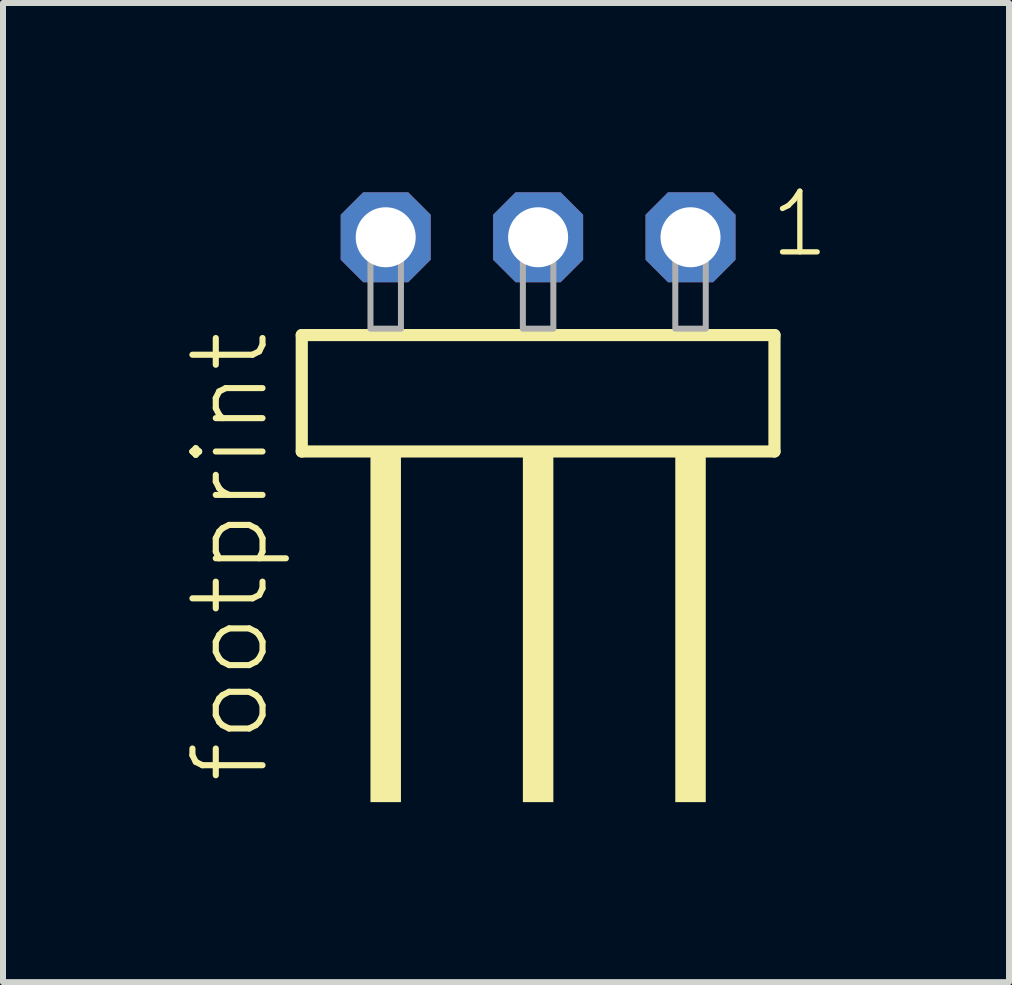
<source format=kicad_pcb>
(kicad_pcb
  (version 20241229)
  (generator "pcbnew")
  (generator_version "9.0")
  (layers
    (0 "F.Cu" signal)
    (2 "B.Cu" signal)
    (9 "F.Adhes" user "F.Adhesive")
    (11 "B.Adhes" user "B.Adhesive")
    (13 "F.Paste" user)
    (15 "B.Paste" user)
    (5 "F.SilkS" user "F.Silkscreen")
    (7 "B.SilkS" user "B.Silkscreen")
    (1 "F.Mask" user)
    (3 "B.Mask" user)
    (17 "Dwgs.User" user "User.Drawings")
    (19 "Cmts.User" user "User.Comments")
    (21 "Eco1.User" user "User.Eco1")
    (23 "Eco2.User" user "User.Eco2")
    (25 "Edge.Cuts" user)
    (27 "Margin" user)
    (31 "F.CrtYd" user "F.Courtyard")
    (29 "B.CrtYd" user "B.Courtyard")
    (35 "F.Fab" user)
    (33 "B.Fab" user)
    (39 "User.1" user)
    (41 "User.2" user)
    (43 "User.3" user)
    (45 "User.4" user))
  (footprint "footprint"
    (layer "F.Cu")
    (at 5.918 2.428)
    (property "Reference" "footprint" (at -4.445 7.62 90) (layer "F.SilkS") (effects (font (size 1.168 1.168) (thickness 0.102)) (justify left bottom)))
    (fp_line (start -3.939 0.106) (end -3.939 2.046) (stroke (width 0.203) (type solid)) (layer "F.SilkS"))
    (fp_line (start -3.939 2.046) (end 3.939 2.046) (stroke (width 0.203) (type solid)) (layer "F.SilkS"))
    (fp_line (start 3.939 0.106) (end -3.939 0.106) (stroke (width 0.203) (type solid)) (layer "F.SilkS"))
    (fp_line (start 3.939 2.046) (end 3.939 0.106) (stroke (width 0.203) (type solid)) (layer "F.SilkS"))
    (fp_poly (pts (xy -2.794 7.89) (xy -2.286 7.89) (xy -2.286 2.04) (xy -2.794 2.04)) (stroke (width 0) (type solid)) (fill yes) (layer "F.SilkS"))
    (fp_poly (pts (xy -0.254 7.89) (xy 0.254 7.89) (xy 0.254 2.04) (xy -0.254 2.04)) (stroke (width 0) (type solid)) (fill yes) (layer "F.SilkS"))
    (fp_poly (pts (xy 2.286 7.89) (xy 2.794 7.89) (xy 2.794 2.04) (xy 2.286 2.04)) (stroke (width 0) (type solid)) (fill yes) (layer "F.SilkS"))
    (fp_poly (pts (xy -2.794 0) (xy -2.286 0) (xy -2.286 -1.778) (xy -2.794 -1.778)) (stroke (width 0.1) (type solid)) (fill no) (layer "F.Fab"))
    (fp_poly (pts (xy -0.254 0) (xy 0.254 0) (xy 0.254 -1.778) (xy -0.254 -1.778)) (stroke (width 0.1) (type solid)) (fill no) (layer "F.Fab"))
    (fp_poly (pts (xy 2.286 0) (xy 2.794 0) (xy 2.794 -1.778) (xy 2.286 -1.778)) (stroke (width 0.1) (type solid)) (fill no) (layer "F.Fab"))
    (fp_text user "1" (at 3.822 -1.152 0) (layer "F.SilkS") (effects (font (size 1.012 1.012) (thickness 0.088)) (justify left bottom)))
    (pad "1" thru_hole roundrect (at 2.54 -1.524 180) (size 1.5 1.5) (drill 1) (layers "*.Cu" "*.Mask") (roundrect_rratio 0.25) (chamfer_ratio 0.25) (chamfer top_left top_right bottom_left bottom_right))
    (pad "2" thru_hole roundrect (at 0 -1.524 180) (size 1.5 1.5) (drill 1) (layers "*.Cu" "*.Mask") (roundrect_rratio 0.25) (chamfer_ratio 0.25) (chamfer top_left top_right bottom_left bottom_right))
    (pad "3" thru_hole roundrect (at -2.54 -1.524 180) (size 1.5 1.5) (drill 1) (layers "*.Cu" "*.Mask") (roundrect_rratio 0.25) (chamfer_ratio 0.25) (chamfer top_left top_right bottom_left bottom_right)))
  (gr_rect
    (start -3 -3)
    (end 13.766 13.318)
    (stroke (width 0.1) (type default))
    (fill no)
    (layer "Edge.Cuts")))
</source>
